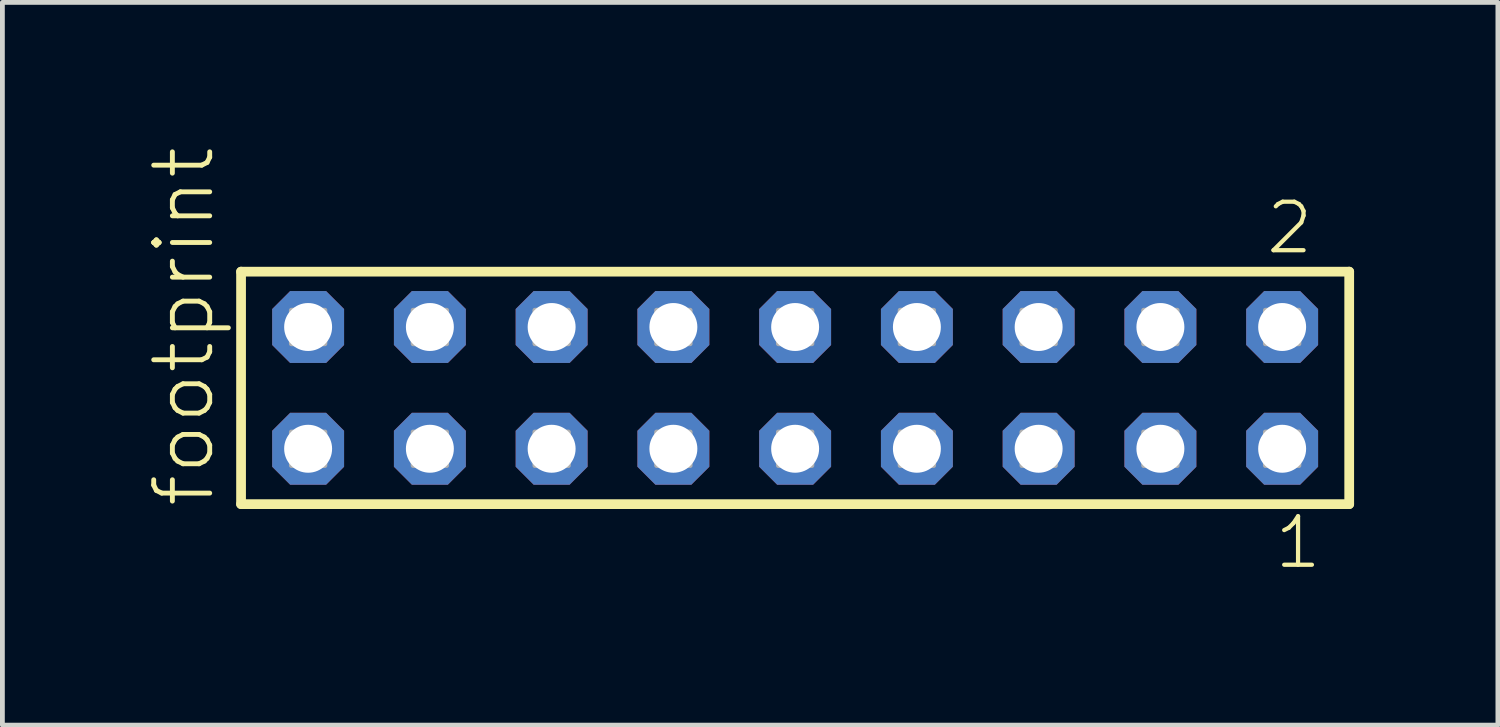
<source format=kicad_pcb>
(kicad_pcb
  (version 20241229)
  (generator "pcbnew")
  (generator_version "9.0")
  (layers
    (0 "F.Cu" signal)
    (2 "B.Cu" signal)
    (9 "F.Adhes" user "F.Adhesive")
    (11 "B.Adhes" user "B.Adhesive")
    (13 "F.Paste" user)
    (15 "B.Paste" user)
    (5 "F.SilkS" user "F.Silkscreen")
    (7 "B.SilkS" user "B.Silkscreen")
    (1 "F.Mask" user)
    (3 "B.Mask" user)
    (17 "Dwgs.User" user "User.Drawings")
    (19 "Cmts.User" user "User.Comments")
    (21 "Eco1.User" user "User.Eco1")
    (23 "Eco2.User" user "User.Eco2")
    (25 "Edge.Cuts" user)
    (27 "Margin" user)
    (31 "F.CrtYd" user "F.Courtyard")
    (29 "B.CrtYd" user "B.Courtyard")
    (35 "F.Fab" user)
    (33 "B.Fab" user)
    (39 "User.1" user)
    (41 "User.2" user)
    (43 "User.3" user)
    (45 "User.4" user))
  (footprint "footprint"
    (layer "F.Cu")
    (at 13.538 5.042)
    (property "Reference" "footprint" (at -12.065 2.54 90) (layer "F.SilkS") (effects (font (size 1.168 1.168) (thickness 0.102)) (justify left bottom)))
    (fp_line (start -11.559 -2.425) (end 11.559 -2.425) (stroke (width 0.203) (type solid)) (layer "F.SilkS"))
    (fp_line (start -11.559 2.425) (end -11.559 -2.425) (stroke (width 0.203) (type solid)) (layer "F.SilkS"))
    (fp_line (start 11.559 -2.425) (end 11.559 2.425) (stroke (width 0.203) (type solid)) (layer "F.SilkS"))
    (fp_line (start 11.559 2.425) (end -11.559 2.425) (stroke (width 0.203) (type solid)) (layer "F.SilkS"))
    (fp_poly (pts (xy -10.51 -0.92) (xy -9.81 -0.92) (xy -9.81 -1.62) (xy -10.51 -1.62)) (stroke (width 0.1) (type solid)) (fill no) (layer "F.Fab"))
    (fp_poly (pts (xy -10.51 1.62) (xy -9.81 1.62) (xy -9.81 0.92) (xy -10.51 0.92)) (stroke (width 0.1) (type solid)) (fill no) (layer "F.Fab"))
    (fp_poly (pts (xy -7.97 -0.92) (xy -7.27 -0.92) (xy -7.27 -1.62) (xy -7.97 -1.62)) (stroke (width 0.1) (type solid)) (fill no) (layer "F.Fab"))
    (fp_poly (pts (xy -7.97 1.62) (xy -7.27 1.62) (xy -7.27 0.92) (xy -7.97 0.92)) (stroke (width 0.1) (type solid)) (fill no) (layer "F.Fab"))
    (fp_poly (pts (xy -5.43 -0.92) (xy -4.73 -0.92) (xy -4.73 -1.62) (xy -5.43 -1.62)) (stroke (width 0.1) (type solid)) (fill no) (layer "F.Fab"))
    (fp_poly (pts (xy -5.43 1.62) (xy -4.73 1.62) (xy -4.73 0.92) (xy -5.43 0.92)) (stroke (width 0.1) (type solid)) (fill no) (layer "F.Fab"))
    (fp_poly (pts (xy -2.89 -0.92) (xy -2.19 -0.92) (xy -2.19 -1.62) (xy -2.89 -1.62)) (stroke (width 0.1) (type solid)) (fill no) (layer "F.Fab"))
    (fp_poly (pts (xy -2.89 1.62) (xy -2.19 1.62) (xy -2.19 0.92) (xy -2.89 0.92)) (stroke (width 0.1) (type solid)) (fill no) (layer "F.Fab"))
    (fp_poly (pts (xy -0.35 -0.92) (xy 0.35 -0.92) (xy 0.35 -1.62) (xy -0.35 -1.62)) (stroke (width 0.1) (type solid)) (fill no) (layer "F.Fab"))
    (fp_poly (pts (xy -0.35 1.62) (xy 0.35 1.62) (xy 0.35 0.92) (xy -0.35 0.92)) (stroke (width 0.1) (type solid)) (fill no) (layer "F.Fab"))
    (fp_poly (pts (xy 2.19 -0.92) (xy 2.89 -0.92) (xy 2.89 -1.62) (xy 2.19 -1.62)) (stroke (width 0.1) (type solid)) (fill no) (layer "F.Fab"))
    (fp_poly (pts (xy 2.19 1.62) (xy 2.89 1.62) (xy 2.89 0.92) (xy 2.19 0.92)) (stroke (width 0.1) (type solid)) (fill no) (layer "F.Fab"))
    (fp_poly (pts (xy 4.73 -0.92) (xy 5.43 -0.92) (xy 5.43 -1.62) (xy 4.73 -1.62)) (stroke (width 0.1) (type solid)) (fill no) (layer "F.Fab"))
    (fp_poly (pts (xy 4.73 1.62) (xy 5.43 1.62) (xy 5.43 0.92) (xy 4.73 0.92)) (stroke (width 0.1) (type solid)) (fill no) (layer "F.Fab"))
    (fp_poly (pts (xy 7.27 -0.92) (xy 7.97 -0.92) (xy 7.97 -1.62) (xy 7.27 -1.62)) (stroke (width 0.1) (type solid)) (fill no) (layer "F.Fab"))
    (fp_poly (pts (xy 7.27 1.62) (xy 7.97 1.62) (xy 7.97 0.92) (xy 7.27 0.92)) (stroke (width 0.1) (type solid)) (fill no) (layer "F.Fab"))
    (fp_poly (pts (xy 9.81 -0.92) (xy 10.51 -0.92) (xy 10.51 -1.62) (xy 9.81 -1.62)) (stroke (width 0.1) (type solid)) (fill no) (layer "F.Fab"))
    (fp_poly (pts (xy 9.81 1.62) (xy 10.51 1.62) (xy 10.51 0.92) (xy 9.81 0.92)) (stroke (width 0.1) (type solid)) (fill no) (layer "F.Fab"))
    (fp_text user "1" (at 9.952 3.818 0) (layer "F.SilkS") (effects (font (size 1.012 1.012) (thickness 0.088)) (justify left bottom)))
    (fp_text user "2" (at 9.777 -2.744 0) (layer "F.SilkS") (effects (font (size 1.012 1.012) (thickness 0.088)) (justify left bottom)))
    (pad "1" thru_hole roundrect (at 10.16 1.27 180) (size 1.5 1.5) (drill 1) (layers "*.Cu" "*.Mask") (roundrect_rratio 0.25) (chamfer_ratio 0.25) (chamfer top_left top_right bottom_left bottom_right))
    (pad "2" thru_hole roundrect (at 10.16 -1.27 180) (size 1.5 1.5) (drill 1) (layers "*.Cu" "*.Mask") (roundrect_rratio 0.25) (chamfer_ratio 0.25) (chamfer top_left top_right bottom_left bottom_right))
    (pad "3" thru_hole roundrect (at 7.62 1.27 180) (size 1.5 1.5) (drill 1) (layers "*.Cu" "*.Mask") (roundrect_rratio 0.25) (chamfer_ratio 0.25) (chamfer top_left top_right bottom_left bottom_right))
    (pad "4" thru_hole roundrect (at 7.62 -1.27 180) (size 1.5 1.5) (drill 1) (layers "*.Cu" "*.Mask") (roundrect_rratio 0.25) (chamfer_ratio 0.25) (chamfer top_left top_right bottom_left bottom_right))
    (pad "5" thru_hole roundrect (at 5.08 1.27 180) (size 1.5 1.5) (drill 1) (layers "*.Cu" "*.Mask") (roundrect_rratio 0.25) (chamfer_ratio 0.25) (chamfer top_left top_right bottom_left bottom_right))
    (pad "6" thru_hole roundrect (at 5.08 -1.27 180) (size 1.5 1.5) (drill 1) (layers "*.Cu" "*.Mask") (roundrect_rratio 0.25) (chamfer_ratio 0.25) (chamfer top_left top_right bottom_left bottom_right))
    (pad "7" thru_hole roundrect (at 2.54 1.27 180) (size 1.5 1.5) (drill 1) (layers "*.Cu" "*.Mask") (roundrect_rratio 0.25) (chamfer_ratio 0.25) (chamfer top_left top_right bottom_left bottom_right))
    (pad "8" thru_hole roundrect (at 2.54 -1.27 180) (size 1.5 1.5) (drill 1) (layers "*.Cu" "*.Mask") (roundrect_rratio 0.25) (chamfer_ratio 0.25) (chamfer top_left top_right bottom_left bottom_right))
    (pad "9" thru_hole roundrect (at 0 1.27 180) (size 1.5 1.5) (drill 1) (layers "*.Cu" "*.Mask") (roundrect_rratio 0.25) (chamfer_ratio 0.25) (chamfer top_left top_right bottom_left bottom_right))
    (pad "10" thru_hole roundrect (at 0 -1.27 180) (size 1.5 1.5) (drill 1) (layers "*.Cu" "*.Mask") (roundrect_rratio 0.25) (chamfer_ratio 0.25) (chamfer top_left top_right bottom_left bottom_right))
    (pad "11" thru_hole roundrect (at -2.54 1.27 180) (size 1.5 1.5) (drill 1) (layers "*.Cu" "*.Mask") (roundrect_rratio 0.25) (chamfer_ratio 0.25) (chamfer top_left top_right bottom_left bottom_right))
    (pad "12" thru_hole roundrect (at -2.54 -1.27 180) (size 1.5 1.5) (drill 1) (layers "*.Cu" "*.Mask") (roundrect_rratio 0.25) (chamfer_ratio 0.25) (chamfer top_left top_right bottom_left bottom_right))
    (pad "13" thru_hole roundrect (at -5.08 1.27 180) (size 1.5 1.5) (drill 1) (layers "*.Cu" "*.Mask") (roundrect_rratio 0.25) (chamfer_ratio 0.25) (chamfer top_left top_right bottom_left bottom_right))
    (pad "14" thru_hole roundrect (at -5.08 -1.27 180) (size 1.5 1.5) (drill 1) (layers "*.Cu" "*.Mask") (roundrect_rratio 0.25) (chamfer_ratio 0.25) (chamfer top_left top_right bottom_left bottom_right))
    (pad "15" thru_hole roundrect (at -7.62 1.27 180) (size 1.5 1.5) (drill 1) (layers "*.Cu" "*.Mask") (roundrect_rratio 0.25) (chamfer_ratio 0.25) (chamfer top_left top_right bottom_left bottom_right))
    (pad "16" thru_hole roundrect (at -7.62 -1.27 180) (size 1.5 1.5) (drill 1) (layers "*.Cu" "*.Mask") (roundrect_rratio 0.25) (chamfer_ratio 0.25) (chamfer top_left top_right bottom_left bottom_right))
    (pad "17" thru_hole roundrect (at -10.16 1.27 180) (size 1.5 1.5) (drill 1) (layers "*.Cu" "*.Mask") (roundrect_rratio 0.25) (chamfer_ratio 0.25) (chamfer top_left top_right bottom_left bottom_right))
    (pad "18" thru_hole roundrect (at -10.16 -1.27 180) (size 1.5 1.5) (drill 1) (layers "*.Cu" "*.Mask") (roundrect_rratio 0.25) (chamfer_ratio 0.25) (chamfer top_left top_right bottom_left bottom_right)))
  (gr_rect
    (start -3 -3)
    (end 28.199 12.077)
    (stroke (width 0.1) (type default))
    (fill no)
    (layer "Edge.Cuts")))
</source>
